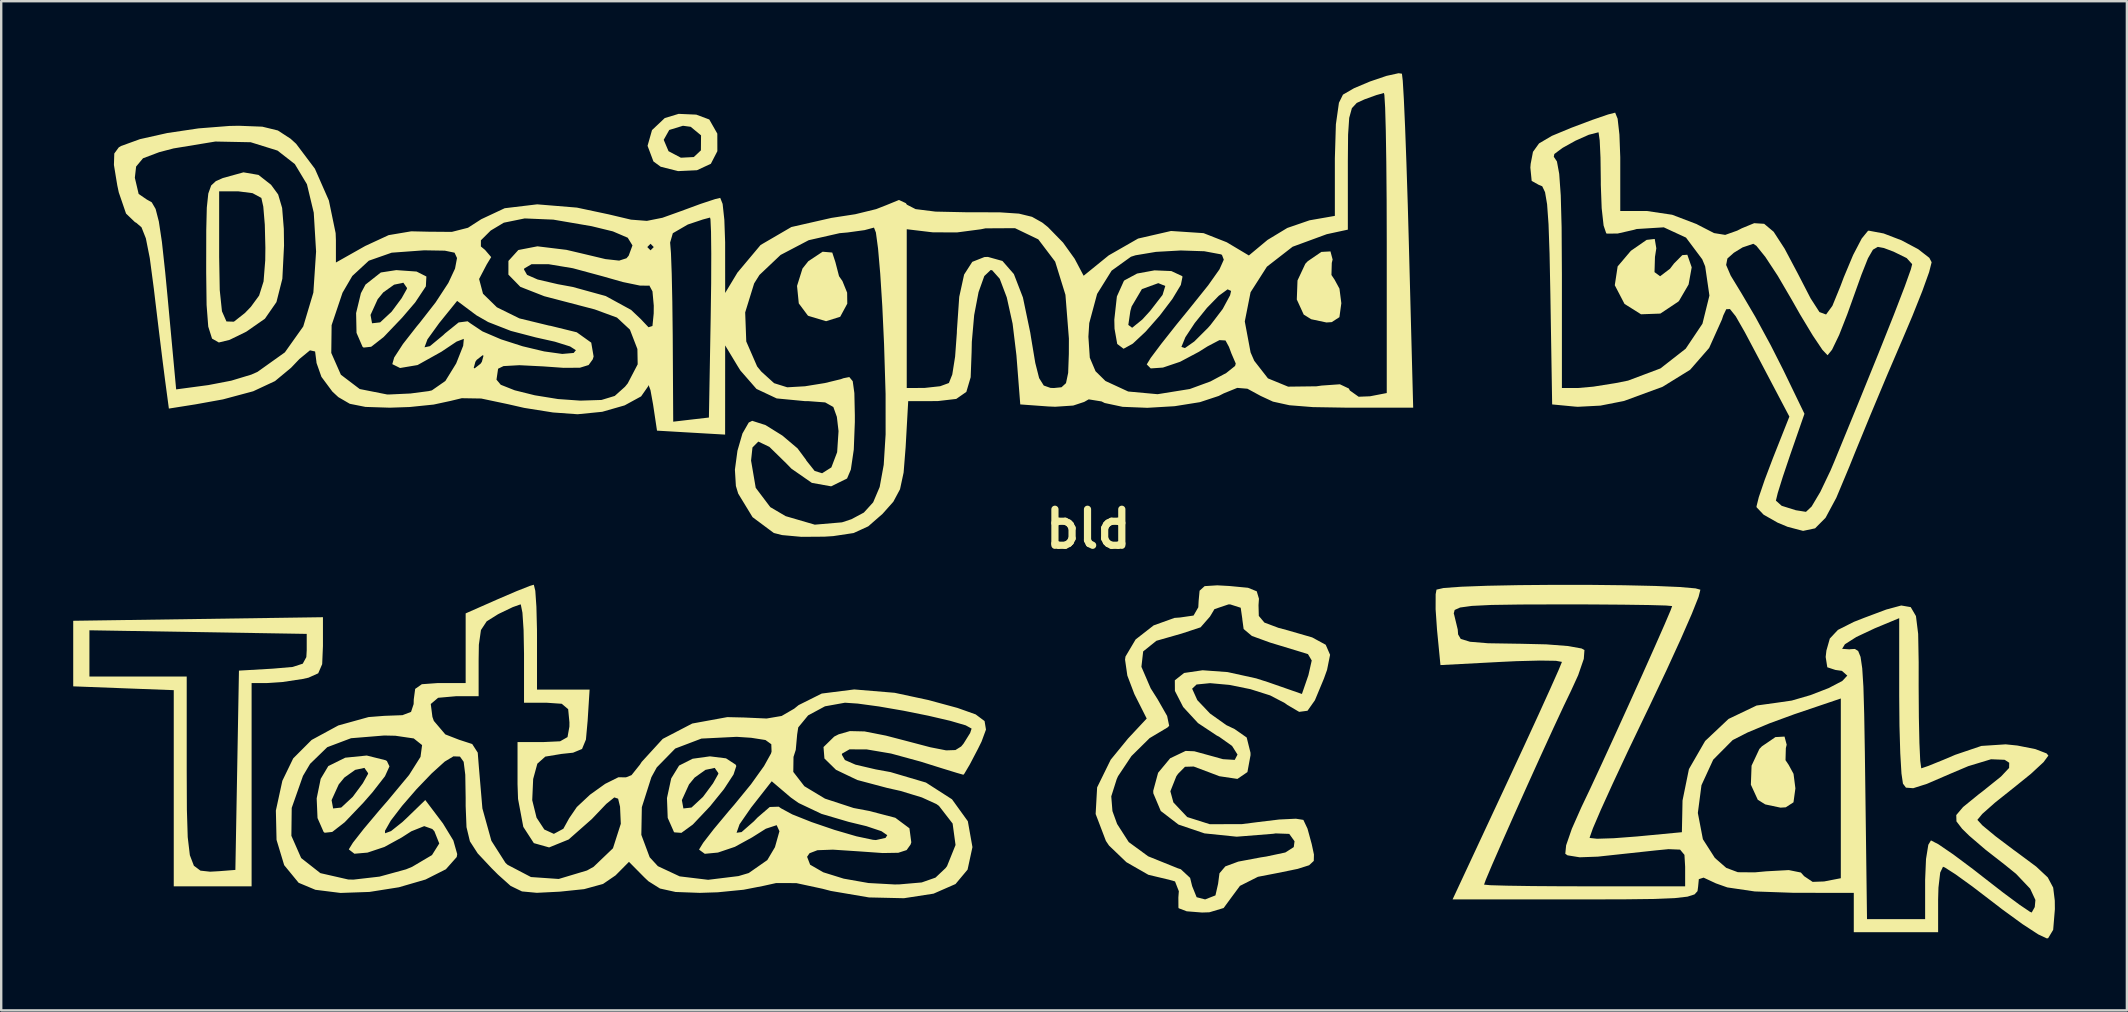
<source format=kicad_pcb>
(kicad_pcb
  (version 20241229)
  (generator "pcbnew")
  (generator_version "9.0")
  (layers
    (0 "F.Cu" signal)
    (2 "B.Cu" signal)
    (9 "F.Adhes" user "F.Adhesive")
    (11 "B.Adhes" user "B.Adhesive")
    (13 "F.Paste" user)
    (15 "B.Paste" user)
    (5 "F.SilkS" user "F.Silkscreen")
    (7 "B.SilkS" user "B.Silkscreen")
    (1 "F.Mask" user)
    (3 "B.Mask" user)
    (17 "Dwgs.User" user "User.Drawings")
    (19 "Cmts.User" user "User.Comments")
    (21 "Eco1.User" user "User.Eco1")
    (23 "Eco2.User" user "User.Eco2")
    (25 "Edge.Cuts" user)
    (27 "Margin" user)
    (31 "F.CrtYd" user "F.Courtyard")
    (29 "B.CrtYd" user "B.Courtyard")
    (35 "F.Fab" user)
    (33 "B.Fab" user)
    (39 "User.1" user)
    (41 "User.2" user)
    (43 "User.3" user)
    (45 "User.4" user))
  (footprint "bld"
    (layer "F.Cu")
    (at 42.288 18.986)
    (property "Reference" "bld" (at 0 0 0) (layer "F.SilkS") (effects (font (size 1.5 1.5) (thickness 0.3))))
    (attr board_only exclude_from_pos_files exclude_from_bom)
    (fp_poly (pts (xy -10.669 -11.516) (xy -10.538 -11.116) (xy -10.386 -10.53) (xy -10.245 -10.328) (xy -10.049 -9.845) (xy -10.043 -9.386) (xy -10.338 -8.84) (xy -10.926 -8.656) (xy -11.659 -8.876) (xy -11.687 -8.893) (xy -12.063 -9.397) (xy -12.136 -10.125) (xy -11.909 -10.849) (xy -11.665 -11.156) (xy -11.07 -11.55)) (stroke (width 0) (type solid)) (fill yes) (layer "F.SilkS"))
    (fp_poly (pts (xy 10.175 -11.225) (xy 10.14 -11.084) (xy 10.126 -10.58) (xy 10.257 -10.385) (xy 10.46 -10.011) (xy 10.538 -9.406) (xy 10.458 -8.824) (xy 10.137 -8.617) (xy 9.917 -8.603) (xy 9.282 -8.738) (xy 8.971 -8.931) (xy 8.683 -9.559) (xy 8.712 -10.352) (xy 9.038 -11.048) (xy 9.141 -11.156) (xy 9.706 -11.542) (xy 10.085 -11.563)) (stroke (width 0) (type solid)) (fill yes) (layer "F.SilkS"))
    (fp_poly (pts (xy 29.09 8.986) (xy 29.055 9.126) (xy 29.041 9.631) (xy 29.172 9.825) (xy 29.375 10.2) (xy 29.453 10.804) (xy 29.373 11.386) (xy 29.052 11.594) (xy 28.832 11.608) (xy 28.196 11.473) (xy 27.886 11.28) (xy 27.598 10.652) (xy 27.627 9.859) (xy 27.953 9.163) (xy 28.056 9.055) (xy 28.621 8.669) (xy 29 8.648)) (stroke (width 0) (type solid)) (fill yes) (layer "F.SilkS"))
    (fp_poly (pts (xy 23.659 -11.693) (xy 23.603 -11.334) (xy 23.584 -10.7) (xy 23.817 -10.528) (xy 24.231 -10.843) (xy 24.396 -11.06) (xy 24.742 -11.408) (xy 24.951 -11.424) (xy 25.133 -10.9) (xy 25.004 -10.186) (xy 24.608 -9.507) (xy 24.579 -9.474) (xy 23.826 -8.973) (xy 23.022 -8.944) (xy 22.334 -9.376) (xy 21.929 -10.154) (xy 22.048 -10.938) (xy 22.599 -11.588) (xy 23.255 -12.043) (xy 23.593 -12.082)) (stroke (width 0) (type solid)) (fill yes) (layer "F.SilkS"))
    (fp_poly (pts (xy -16.334 -17.261) (xy -15.798 -17.061) (xy -15.79 -17.055) (xy -15.457 -16.47) (xy -15.455 -15.738) (xy -15.726 -15.213) (xy -16.304 -14.945) (xy -17.09 -14.908) (xy -17.815 -15.09) (xy -18.118 -15.311) (xy -18.363 -15.962) (xy -18.292 -16.211) (xy -17.69 -16.211) (xy -17.489 -15.738) (xy -16.974 -15.466) (xy -16.436 -15.494) (xy -16.14 -15.773) (xy -16.135 -16.398) (xy -16.566 -16.754) (xy -16.888 -16.797) (xy -17.459 -16.622) (xy -17.69 -16.211) (xy -18.292 -16.211) (xy -18.177 -16.617) (xy -17.647 -17.117) (xy -17.068 -17.293)) (stroke (width 0) (type solid)) (fill yes) (layer "F.SilkS"))
    (fp_poly (pts (xy -27.984 -10.724) (xy -27.576 -10.517) (xy -27.598 -10.107) (xy -28.043 -9.437) (xy -28.587 -8.802) (xy -29.36 -7.993) (xy -29.876 -7.591) (xy -30.191 -7.557) (xy -30.237 -7.593) (xy -30.486 -8.169) (xy -30.502 -8.916) (xy -29.903 -8.916) (xy -29.84 -8.569) (xy -29.502 -8.607) (xy -29.024 -9.052) (xy -28.606 -9.615) (xy -28.39 -10) (xy -28.382 -10.037) (xy -28.535 -10.259) (xy -28.921 -10.177) (xy -29.372 -9.856) (xy -29.605 -9.571) (xy -29.903 -8.916) (xy -30.502 -8.916) (xy -30.504 -8.993) (xy -30.303 -9.824) (xy -30.113 -10.181) (xy -29.474 -10.685) (xy -28.83 -10.784)) (stroke (width 0) (type solid)) (fill yes) (layer "F.SilkS"))
    (fp_poly (pts (xy -29.279 9.632) (xy -29.222 9.665) (xy -29.114 9.889) (xy -29.301 10.3) (xy -29.824 10.971) (xy -30.208 11.409) (xy -30.981 12.218) (xy -31.498 12.62) (xy -31.812 12.654) (xy -31.858 12.618) (xy -32.111 12.042) (xy -32.143 11.295) (xy -31.525 11.295) (xy -31.461 11.642) (xy -31.124 11.604) (xy -30.645 11.159) (xy -30.227 10.596) (xy -30.011 10.211) (xy -30.003 10.174) (xy -30.157 9.952) (xy -30.542 10.034) (xy -30.993 10.355) (xy -31.227 10.64) (xy -31.525 11.295) (xy -32.143 11.295) (xy -32.146 11.222) (xy -31.979 10.408) (xy -31.661 9.875) (xy -30.955 9.527) (xy -30.06 9.437)) (stroke (width 0) (type solid)) (fill yes) (layer "F.SilkS"))
    (fp_poly (pts (xy -15.095 9.554) (xy -14.691 9.818) (xy -14.666 9.875) (xy -14.781 10.226) (xy -15.181 10.838) (xy -15.764 11.558) (xy -16.479 12.313) (xy -16.953 12.658) (xy -17.246 12.637) (xy -17.264 12.621) (xy -17.523 12.035) (xy -17.551 11.295) (xy -16.933 11.295) (xy -16.87 11.642) (xy -16.532 11.604) (xy -16.053 11.159) (xy -15.636 10.596) (xy -15.42 10.211) (xy -15.412 10.174) (xy -15.565 9.952) (xy -15.951 10.034) (xy -16.401 10.355) (xy -16.635 10.64) (xy -16.933 11.295) (xy -17.551 11.295) (xy -17.554 11.209) (xy -17.377 10.39) (xy -17.049 9.855) (xy -16.486 9.571) (xy -15.764 9.471)) (stroke (width 0) (type solid)) (fill yes) (layer "F.SilkS"))
    (fp_poly (pts (xy 3.457 -10.744) (xy 3.902 -10.537) (xy 3.922 -10.509) (xy 3.852 -10.167) (xy 3.5 -9.583) (xy 2.976 -8.892) (xy 2.39 -8.226) (xy 1.852 -7.722) (xy 1.472 -7.511) (xy 1.461 -7.511) (xy 1.202 -7.708) (xy 1.09 -8.344) (xy 1.086 -8.5) (xy 1.664 -8.5) (xy 1.824 -8.382) (xy 2.246 -8.725) (xy 2.571 -9.081) (xy 3.091 -9.752) (xy 3.204 -10.123) (xy 2.922 -10.238) (xy 2.905 -10.238) (xy 2.23 -9.993) (xy 1.803 -9.27) (xy 1.749 -9.078) (xy 1.664 -8.5) (xy 1.086 -8.5) (xy 1.081 -8.72) (xy 1.188 -9.686) (xy 1.477 -10.329) (xy 1.505 -10.359) (xy 2.03 -10.641) (xy 2.757 -10.774)) (stroke (width 0) (type solid)) (fill yes) (layer "F.SilkS"))
    (fp_poly (pts (xy -34.571 -14.75) (xy -34.047 -14.339) (xy -33.751 -13.935) (xy -33.585 -13.373) (xy -33.515 -12.503) (xy -33.506 -11.805) (xy -33.576 -10.425) (xy -33.822 -9.452) (xy -34.302 -8.76) (xy -35.071 -8.224) (xy -35.131 -8.192) (xy -35.776 -7.878) (xy -36.222 -7.769) (xy -36.505 -7.931) (xy -36.663 -8.43) (xy -36.732 -9.33) (xy -36.749 -10.697) (xy -36.749 -11.068) (xy -36.748 -11.334) (xy -36.209 -11.334) (xy -36.184 -9.951) (xy -36.092 -9.069) (xy -35.905 -8.645) (xy -35.595 -8.635) (xy -35.136 -8.997) (xy -34.888 -9.254) (xy -34.544 -9.724) (xy -34.359 -10.311) (xy -34.289 -11.191) (xy -34.283 -11.71) (xy -34.307 -12.676) (xy -34.37 -13.43) (xy -34.451 -13.791) (xy -34.817 -13.989) (xy -35.414 -14.066) (xy -36.209 -14.066) (xy -36.209 -11.334) (xy -36.748 -11.334) (xy -36.746 -12.452) (xy -36.723 -13.388) (xy -36.661 -13.974) (xy -36.541 -14.31) (xy -36.344 -14.492) (xy -36.056 -14.619) (xy -35.196 -14.857)) (stroke (width 0) (type solid)) (fill yes) (layer "F.SilkS"))
    (fp_poly (pts (xy -31.885 4.876) (xy -31.917 5.631) (xy -32.082 6.012) (xy -32.487 6.194) (xy -32.73 6.248) (xy -33.557 6.373) (xy -34.216 6.418) (xy -34.857 6.418) (xy -34.857 10.652) (xy -34.857 14.885) (xy -36.479 14.885) (xy -38.1 14.885) (xy -38.1 10.8) (xy -38.1 6.714) (xy -40.194 6.635) (xy -42.288 6.555) (xy -42.288 5.189) (xy -42.288 5.183) (xy -41.613 5.183) (xy -41.613 6.145) (xy -39.586 6.145) (xy -37.56 6.145) (xy -37.56 10.083) (xy -37.553 11.694) (xy -37.518 12.838) (xy -37.429 13.59) (xy -37.261 14.029) (xy -36.988 14.232) (xy -36.586 14.276) (xy -36.209 14.255) (xy -35.533 14.202) (xy -35.458 10.051) (xy -35.384 5.9) (xy -33.972 5.818) (xy -33.147 5.747) (xy -32.726 5.611) (xy -32.577 5.337) (xy -32.561 5.053) (xy -32.561 4.37) (xy -37.087 4.295) (xy -41.613 4.22) (xy -41.613 5.183) (xy -42.288 5.183) (xy -42.288 3.824) (xy -37.087 3.749) (xy -31.885 3.675)) (stroke (width 0) (type solid)) (fill yes) (layer "F.SilkS"))
    (fp_poly (pts (xy 5.877 2.375) (xy 6.649 2.449) (xy 7.014 2.596) (xy 7.106 2.905) (xy 7.088 3.175) (xy 7.1 3.621) (xy 7.334 3.899) (xy 7.918 4.118) (xy 8.3 4.22) (xy 9.323 4.516) (xy 9.887 4.823) (xy 10.069 5.241) (xy 9.943 5.869) (xy 9.811 6.237) (xy 9.438 7.133) (xy 9.129 7.572) (xy 8.781 7.618) (xy 8.293 7.332) (xy 8.182 7.251) (xy 7.571 6.932) (xy 6.75 6.672) (xy 5.867 6.494) (xy 5.07 6.422) (xy 4.507 6.478) (xy 4.323 6.653) (xy 4.538 7.129) (xy 5.069 7.688) (xy 5.75 8.172) (xy 6.091 8.334) (xy 6.595 8.686) (xy 6.754 9.322) (xy 6.755 9.424) (xy 6.626 10.126) (xy 6.209 10.411) (xy 5.458 10.299) (xy 5.035 10.138) (xy 4.388 9.895) (xy 4.025 9.906) (xy 3.739 10.196) (xy 3.665 10.3) (xy 3.416 10.926) (xy 3.542 11.39) (xy 4.118 12) (xy 5.057 12.298) (xy 6.399 12.294) (xy 7.026 12.214) (xy 7.948 12.102) (xy 8.645 12.069) (xy 8.956 12.118) (xy 9.129 12.484) (xy 9.305 13.129) (xy 9.31 13.153) (xy 9.397 13.561) (xy 9.39 13.827) (xy 9.195 14.008) (xy 8.719 14.159) (xy 7.87 14.333) (xy 7.063 14.489) (xy 6.315 14.866) (xy 5.988 15.308) (xy 5.635 15.789) (xy 5.042 15.967) (xy 4.735 15.977) (xy 4.097 15.926) (xy 3.764 15.799) (xy 3.752 15.773) (xy 3.749 15.347) (xy 3.769 15.09) (xy 3.61 14.682) (xy 3.368 14.612) (xy 2.5 14.405) (xy 1.585 13.881) (xy 0.861 13.188) (xy 0.731 12.995) (xy 0.303 11.873) (xy 0.344 11.138) (xy 0.954 11.138) (xy 1.003 11.751) (xy 1.197 12.288) (xy 1.682 13.043) (xy 2.491 13.635) (xy 3.729 14.135) (xy 3.851 14.174) (xy 4.239 14.534) (xy 4.323 14.876) (xy 4.51 15.339) (xy 4.864 15.431) (xy 5.294 15.263) (xy 5.404 14.778) (xy 5.461 14.343) (xy 5.704 14.056) (xy 6.244 13.856) (xy 7.192 13.678) (xy 7.41 13.645) (xy 8.204 13.476) (xy 8.556 13.251) (xy 8.588 13.008) (xy 8.368 12.701) (xy 7.803 12.681) (xy 7.696 12.697) (xy 6.178 12.818) (xy 4.836 12.68) (xy 3.754 12.313) (xy 3.016 11.747) (xy 2.706 11.012) (xy 2.702 10.906) (xy 2.905 10.156) (xy 3.407 9.552) (xy 4.051 9.245) (xy 4.414 9.26) (xy 5.18 9.47) (xy 5.607 9.589) (xy 6.097 9.619) (xy 6.213 9.397) (xy 5.986 9.037) (xy 5.444 8.652) (xy 5.347 8.603) (xy 4.567 8.085) (xy 3.949 7.416) (xy 3.605 6.745) (xy 3.602 6.303) (xy 3.988 5.998) (xy 4.76 5.885) (xy 5.8 5.961) (xy 6.991 6.223) (xy 7.488 6.382) (xy 8.896 6.873) (xy 9.167 6.087) (xy 9.305 5.478) (xy 9.148 5.213) (xy 9.11 5.2) (xy 8.666 5.064) (xy 7.928 4.84) (xy 7.566 4.73) (xy 6.811 4.455) (xy 6.468 4.167) (xy 6.413 3.763) (xy 6.414 3.751) (xy 6.346 3.281) (xy 5.911 3.142) (xy 5.838 3.141) (xy 5.252 3.339) (xy 5.065 3.65) (xy 4.674 4.097) (xy 3.885 4.357) (xy 2.835 4.657) (xy 2.283 5.1) (xy 2.21 5.742) (xy 2.595 6.636) (xy 2.883 7.091) (xy 3.281 7.788) (xy 3.366 8.199) (xy 3.301 8.265) (xy 2.551 8.712) (xy 1.795 9.459) (xy 1.235 10.3) (xy 1.18 10.424) (xy 0.954 11.138) (xy 0.344 11.138) (xy 0.365 10.764) (xy 0.93 9.612) (xy 1.653 8.728) (xy 2.43 7.896) (xy 1.917 6.879) (xy 1.623 6.105) (xy 1.528 5.442) (xy 1.546 5.314) (xy 1.968 4.602) (xy 2.719 4.016) (xy 3.588 3.704) (xy 3.819 3.687) (xy 4.381 3.606) (xy 4.579 3.263) (xy 4.594 2.989) (xy 4.633 2.571) (xy 4.844 2.38) (xy 5.369 2.347)) (stroke (width 0) (type solid)) (fill yes) (layer "F.SilkS"))
    (fp_poly (pts (xy 22.047 -17.092) (xy 22.122 -16.429) (xy 22.157 -15.486) (xy 22.157 -15.295) (xy 22.157 -13.246) (xy 23.269 -13.246) (xy 24.318 -13.09) (xy 25.339 -12.701) (xy 25.391 -12.672) (xy 26.065 -12.326) (xy 26.529 -12.251) (xy 27.03 -12.429) (xy 27.219 -12.526) (xy 27.736 -12.739) (xy 28.151 -12.713) (xy 28.546 -12.382) (xy 29.003 -11.678) (xy 29.547 -10.652) (xy 30.087 -9.607) (xy 30.455 -9.036) (xy 30.73 -8.935) (xy 30.993 -9.294) (xy 31.326 -10.107) (xy 31.469 -10.487) (xy 31.857 -11.413) (xy 32.215 -12.099) (xy 32.475 -12.418) (xy 32.508 -12.427) (xy 33.128 -12.311) (xy 33.874 -12.025) (xy 34.568 -11.656) (xy 35.033 -11.294) (xy 35.128 -11.111) (xy 35.023 -10.699) (xy 34.74 -9.912) (xy 34.325 -8.871) (xy 33.93 -7.939) (xy 33.285 -6.436) (xy 32.581 -4.756) (xy 31.933 -3.177) (xy 31.699 -2.595) (xy 31.158 -1.302) (xy 30.709 -0.467) (xy 30.273 -0.027) (xy 29.773 0.079) (xy 29.129 -0.09) (xy 28.71 -0.265) (xy 28.127 -0.597) (xy 27.838 -0.902) (xy 27.832 -0.94) (xy 27.927 -1.322) (xy 28.175 -2.05) (xy 28.517 -2.953) (xy 29.202 -4.682) (xy 27.926 -7.105) (xy 27.347 -8.196) (xy 26.966 -8.862) (xy 26.726 -9.162) (xy 26.572 -9.154) (xy 26.449 -8.897) (xy 26.392 -8.725) (xy 25.859 -7.54) (xy 25.067 -6.632) (xy 23.922 -5.924) (xy 22.333 -5.34) (xy 22.29 -5.328) (xy 21.33 -5.139) (xy 20.387 -5.09) (xy 20.263 -5.099) (xy 19.32 -5.189) (xy 19.246 -9.764) (xy 19.212 -11.468) (xy 19.169 -12.699) (xy 19.109 -13.529) (xy 19.024 -14.03) (xy 18.907 -14.276) (xy 18.756 -14.339) (xy 18.467 -14.501) (xy 18.412 -15.055) (xy 18.425 -15.212) (xy 18.482 -15.506) (xy 19.388 -15.506) (xy 19.519 -15.31) (xy 19.614 -14.793) (xy 19.678 -13.899) (xy 19.714 -12.572) (xy 19.725 -10.759) (xy 19.726 -10.629) (xy 19.726 -5.872) (xy 20.388 -5.872) (xy 21.033 -5.929) (xy 21.944 -6.074) (xy 22.482 -6.181) (xy 23.83 -6.688) (xy 24.882 -7.509) (xy 25.581 -8.551) (xy 25.871 -9.724) (xy 25.695 -10.936) (xy 25.67 -10.998) (xy 26.568 -10.998) (xy 26.758 -10.555) (xy 27.218 -9.799) (xy 27.784 -8.837) (xy 28.426 -7.653) (xy 28.943 -6.633) (xy 29.83 -4.799) (xy 29.234 -3.082) (xy 28.931 -2.183) (xy 28.717 -1.497) (xy 28.64 -1.181) (xy 28.881 -0.966) (xy 29.471 -0.781) (xy 29.893 -0.714) (xy 30.128 -0.935) (xy 30.492 -1.548) (xy 30.918 -2.44) (xy 31.07 -2.799) (xy 32.076 -5.25) (xy 32.907 -7.298) (xy 33.554 -8.922) (xy 34.008 -10.102) (xy 34.263 -10.817) (xy 34.317 -11.031) (xy 34.09 -11.284) (xy 33.538 -11.555) (xy 33.496 -11.57) (xy 33.137 -11.705) (xy 32.885 -11.752) (xy 32.683 -11.635) (xy 32.475 -11.275) (xy 32.205 -10.594) (xy 31.818 -9.514) (xy 31.614 -8.945) (xy 31.275 -8.081) (xy 30.979 -7.467) (xy 30.793 -7.238) (xy 30.58 -7.461) (xy 30.177 -8.061) (xy 29.65 -8.934) (xy 29.295 -9.559) (xy 28.715 -10.551) (xy 28.202 -11.331) (xy 27.828 -11.796) (xy 27.7 -11.881) (xy 27.255 -11.731) (xy 26.888 -11.506) (xy 26.62 -11.267) (xy 26.568 -10.998) (xy 25.67 -10.998) (xy 25.572 -11.234) (xy 24.896 -12.138) (xy 23.97 -12.566) (xy 22.842 -12.496) (xy 22.721 -12.461) (xy 22.048 -12.308) (xy 21.604 -12.304) (xy 21.572 -12.318) (xy 21.463 -12.641) (xy 21.383 -13.363) (xy 21.347 -14.337) (xy 21.347 -14.491) (xy 21.334 -15.466) (xy 21.301 -16.186) (xy 21.254 -16.516) (xy 21.245 -16.524) (xy 20.844 -16.421) (xy 20.292 -16.175) (xy 19.758 -15.878) (xy 19.411 -15.622) (xy 19.388 -15.506) (xy 18.482 -15.506) (xy 18.521 -15.711) (xy 18.774 -16.062) (xy 19.307 -16.376) (xy 20.121 -16.714) (xy 20.988 -17.04) (xy 21.652 -17.268) (xy 21.945 -17.343)) (stroke (width 0) (type solid)) (fill yes) (layer "F.SilkS"))
    (fp_poly (pts (xy 20.893 2.328) (xy 22.332 2.344) (xy 23.612 2.373) (xy 24.632 2.417) (xy 25.293 2.474) (xy 25.495 2.529) (xy 25.42 2.826) (xy 25.137 3.536) (xy 24.68 4.581) (xy 24.082 5.887) (xy 23.377 7.376) (xy 23.198 7.747) (xy 22.472 9.262) (xy 21.845 10.604) (xy 21.348 11.698) (xy 21.017 12.471) (xy 20.884 12.847) (xy 20.885 12.871) (xy 21.19 12.904) (xy 21.885 12.882) (xy 22.821 12.811) (xy 22.861 12.808) (xy 24.724 12.631) (xy 24.741 11.83) (xy 25.389 11.83) (xy 25.599 12.923) (xy 26.099 13.704) (xy 26.573 14.117) (xy 27.057 14.298) (xy 27.761 14.304) (xy 28.24 14.26) (xy 29.178 14.209) (xy 29.682 14.311) (xy 29.817 14.463) (xy 30.17 14.7) (xy 30.648 14.683) (xy 31.345 14.548) (xy 31.345 10.804) (xy 31.345 7.061) (xy 29.413 7.715) (xy 28.371 8.097) (xy 27.454 8.48) (xy 26.853 8.787) (xy 26.833 8.8) (xy 26.029 9.61) (xy 25.54 10.673) (xy 25.389 11.83) (xy 24.741 11.83) (xy 24.751 11.311) (xy 25.018 10.002) (xy 25.692 8.832) (xy 26.667 7.913) (xy 27.836 7.354) (xy 28.674 7.238) (xy 29.298 7.148) (xy 30.077 6.922) (xy 30.837 6.628) (xy 31.407 6.33) (xy 31.615 6.108) (xy 31.39 5.91) (xy 31.121 5.872) (xy 30.782 5.761) (xy 30.714 5.331) (xy 30.745 5.061) (xy 30.765 4.992) (xy 31.399 4.992) (xy 31.707 5.014) (xy 31.75 5.007) (xy 31.931 4.997) (xy 32.067 5.081) (xy 32.167 5.328) (xy 32.237 5.805) (xy 32.286 6.58) (xy 32.319 7.721) (xy 32.346 9.296) (xy 32.363 10.583) (xy 32.436 16.251) (xy 33.647 16.251) (xy 34.857 16.251) (xy 34.857 14.612) (xy 34.894 13.748) (xy 34.99 13.154) (xy 35.1 12.973) (xy 35.408 13.132) (xy 36.027 13.555) (xy 36.846 14.166) (xy 37.242 14.475) (xy 38.102 15.143) (xy 38.797 15.658) (xy 39.221 15.944) (xy 39.296 15.977) (xy 39.424 15.749) (xy 39.451 15.454) (xy 39.232 14.984) (xy 38.644 14.365) (xy 38.163 13.976) (xy 37.367 13.355) (xy 36.692 12.776) (xy 36.397 12.487) (xy 36.162 12.181) (xy 36.154 11.917) (xy 36.437 11.583) (xy 37.074 11.064) (xy 37.292 10.896) (xy 38.018 10.312) (xy 38.355 9.954) (xy 38.36 9.738) (xy 38.171 9.615) (xy 37.603 9.592) (xy 36.653 9.88) (xy 35.883 10.206) (xy 34.934 10.616) (xy 34.361 10.798) (xy 34.058 10.775) (xy 33.933 10.608) (xy 33.871 10.184) (xy 33.821 9.339) (xy 33.788 8.197) (xy 33.777 6.956) (xy 33.777 3.715) (xy 32.763 4.136) (xy 31.991 4.499) (xy 31.515 4.802) (xy 31.399 4.992) (xy 30.765 4.992) (xy 30.887 4.563) (xy 31.224 4.204) (xy 31.891 3.868) (xy 32.33 3.696) (xy 33.237 3.356) (xy 33.862 3.187) (xy 34.257 3.255) (xy 34.475 3.628) (xy 34.567 4.371) (xy 34.588 5.552) (xy 34.587 6.555) (xy 34.596 7.848) (xy 34.619 8.917) (xy 34.653 9.657) (xy 34.695 9.966) (xy 34.7 9.969) (xy 34.991 9.87) (xy 35.616 9.617) (xy 36.113 9.406) (xy 37.201 9.037) (xy 38.213 8.971) (xy 38.702 9.021) (xy 39.451 9.17) (xy 39.916 9.349) (xy 39.991 9.439) (xy 39.791 9.712) (xy 39.265 10.199) (xy 38.525 10.797) (xy 38.505 10.812) (xy 37.766 11.401) (xy 37.239 11.868) (xy 37.034 12.115) (xy 37.034 12.118) (xy 37.245 12.349) (xy 37.789 12.799) (xy 38.553 13.375) (xy 38.655 13.448) (xy 39.485 14.065) (xy 39.965 14.514) (xy 40.191 14.938) (xy 40.258 15.479) (xy 40.262 15.838) (xy 40.191 16.698) (xy 39.981 17.047) (xy 39.924 17.054) (xy 39.57 16.888) (xy 38.912 16.459) (xy 38.069 15.845) (xy 37.695 15.557) (xy 36.828 14.894) (xy 36.121 14.384) (xy 35.681 14.102) (xy 35.601 14.07) (xy 35.485 14.313) (xy 35.412 14.939) (xy 35.398 15.431) (xy 35.398 16.797) (xy 33.641 16.797) (xy 31.885 16.797) (xy 31.885 15.977) (xy 31.885 15.158) (xy 29.386 15.156) (xy 27.76 15.099) (xy 26.617 14.931) (xy 26.143 14.763) (xy 25.628 14.523) (xy 25.43 14.587) (xy 25.4 14.901) (xy 25.375 15.086) (xy 25.251 15.222) (xy 24.957 15.316) (xy 24.422 15.377) (xy 23.574 15.412) (xy 22.342 15.427) (xy 20.654 15.431) (xy 20.286 15.431) (xy 15.172 15.431) (xy 17.449 10.551) (xy 18.147 9.049) (xy 18.758 7.721) (xy 19.247 6.643) (xy 19.581 5.893) (xy 19.723 5.548) (xy 19.726 5.536) (xy 19.476 5.491) (xy 18.804 5.481) (xy 17.829 5.506) (xy 17.196 5.536) (xy 14.667 5.669) (xy 14.524 4.2) (xy 14.477 3.516) (xy 15.221 3.516) (xy 15.238 3.573) (xy 15.387 4.188) (xy 15.402 4.392) (xy 15.512 4.579) (xy 15.899 4.698) (xy 16.647 4.76) (xy 17.844 4.779) (xy 17.953 4.78) (xy 19.076 4.806) (xy 19.983 4.876) (xy 20.547 4.978) (xy 20.665 5.042) (xy 20.638 5.41) (xy 20.404 6.09) (xy 20.11 6.733) (xy 19.803 7.371) (xy 19.365 8.311) (xy 18.842 9.453) (xy 18.28 10.694) (xy 17.725 11.932) (xy 17.223 13.065) (xy 16.818 13.991) (xy 16.557 14.609) (xy 16.483 14.815) (xy 16.738 14.839) (xy 17.441 14.859) (xy 18.501 14.875) (xy 19.826 14.884) (xy 20.671 14.885) (xy 24.86 14.885) (xy 24.86 14.071) (xy 24.831 13.575) (xy 24.649 13.357) (xy 24.168 13.337) (xy 23.644 13.388) (xy 22.541 13.507) (xy 21.398 13.63) (xy 21.223 13.649) (xy 20.466 13.676) (xy 19.959 13.594) (xy 19.867 13.529) (xy 19.902 13.177) (xy 20.14 12.488) (xy 20.53 11.607) (xy 20.554 11.556) (xy 20.911 10.806) (xy 21.387 9.781) (xy 21.938 8.58) (xy 22.519 7.302) (xy 23.086 6.045) (xy 23.593 4.909) (xy 23.997 3.992) (xy 24.252 3.394) (xy 24.319 3.211) (xy 24.064 3.188) (xy 23.355 3.168) (xy 22.281 3.153) (xy 20.929 3.143) (xy 19.697 3.141) (xy 18.009 3.146) (xy 16.791 3.164) (xy 15.974 3.204) (xy 15.486 3.271) (xy 15.259 3.373) (xy 15.221 3.516) (xy 14.477 3.516) (xy 14.465 3.344) (xy 14.467 2.72) (xy 14.502 2.526) (xy 14.8 2.458) (xy 15.538 2.405) (xy 16.616 2.365) (xy 17.935 2.339) (xy 19.394 2.327)) (stroke (width 0) (type solid)) (fill yes) (layer "F.SilkS"))
    (fp_poly (pts (xy -23.039 2.573) (xy -22.993 3.242) (xy -22.969 4.198) (xy -22.968 4.506) (xy -22.968 6.691) (xy -21.872 6.691) (xy -20.777 6.691) (xy -20.859 7.989) (xy -20.93 8.772) (xy -21.092 9.164) (xy -21.466 9.319) (xy -21.945 9.37) (xy -22.623 9.482) (xy -22.954 9.777) (xy -23.128 10.415) (xy -23.167 11.297) (xy -22.987 12.025) (xy -22.663 12.519) (xy -22.266 12.7) (xy -21.87 12.487) (xy -21.63 12.052) (xy -21.309 11.582) (xy -20.758 11.067) (xy -20.129 10.617) (xy -19.577 10.342) (xy -19.262 10.346) (xy -19.031 10.254) (xy -18.677 9.811) (xy -18.611 9.706) (xy -17.731 8.744) (xy -16.501 8.104) (xy -15.041 7.837) (xy -14.342 7.853) (xy -13.402 7.895) (xy -12.778 7.789) (xy -12.255 7.486) (xy -12.071 7.337) (xy -11.106 6.855) (xy -9.752 6.684) (xy -8.068 6.824) (xy -6.666 7.125) (xy -5.454 7.454) (xy -4.696 7.723) (xy -4.324 8.001) (xy -4.265 8.356) (xy -4.45 8.858) (xy -4.599 9.159) (xy -4.939 9.809) (xy -5.166 10.193) (xy -5.207 10.238) (xy -5.476 10.161) (xy -6.119 9.963) (xy -6.982 9.692) (xy -8.22 9.354) (xy -9.241 9.181) (xy -9.952 9.18) (xy -10.262 9.359) (xy -10.268 9.404) (xy -10.141 9.625) (xy -9.702 9.817) (xy -8.86 10.014) (xy -8.241 10.127) (xy -6.766 10.563) (xy -5.68 11.261) (xy -5.021 12.174) (xy -4.829 13.252) (xy -5.032 14.19) (xy -5.534 14.79) (xy -6.449 15.191) (xy -7.683 15.381) (xy -9.14 15.348) (xy -10.725 15.078) (xy -11.079 14.986) (xy -12.165 14.752) (xy -13.006 14.749) (xy -13.542 14.868) (xy -14.363 15.028) (xy -15.44 15.134) (xy -16.189 15.158) (xy -17.194 15.121) (xy -17.845 14.977) (xy -18.327 14.674) (xy -18.498 14.512) (xy -19.137 13.866) (xy -19.696 14.43) (xy -20.218 14.787) (xy -21.005 15.003) (xy -22.017 15.108) (xy -22.976 15.156) (xy -23.594 15.098) (xy -24.067 14.868) (xy -24.593 14.397) (xy -24.86 14.13) (xy -25.439 13.513) (xy -25.763 13.011) (xy -25.905 12.42) (xy -25.94 11.542) (xy -25.94 11.211) (xy -25.956 10.238) (xy -26.023 9.699) (xy -26.177 9.481) (xy -26.448 9.471) (xy -26.451 9.472) (xy -26.812 9.689) (xy -27.358 10.184) (xy -27.985 10.837) (xy -28.587 11.532) (xy -29.06 12.149) (xy -29.3 12.572) (xy -29.297 12.676) (xy -29.048 12.584) (xy -28.574 12.207) (xy -28.4 12.044) (xy -27.622 11.291) (xy -26.886 12.266) (xy -26.453 12.976) (xy -26.292 13.543) (xy -26.312 13.665) (xy -26.764 14.175) (xy -27.613 14.603) (xy -28.721 14.925) (xy -29.948 15.119) (xy -31.154 15.161) (xy -32.2 15.03) (xy -32.898 14.738) (xy -33.5 14.004) (xy -33.818 12.951) (xy -33.822 12.781) (xy -33.2 12.781) (xy -32.792 13.708) (xy -31.992 14.336) (xy -30.832 14.601) (xy -30.614 14.606) (xy -29.528 14.481) (xy -28.427 14.179) (xy -28.17 14.073) (xy -27.343 13.584) (xy -27.04 13.101) (xy -27.243 12.592) (xy -27.329 12.498) (xy -27.666 12.378) (xy -28.205 12.594) (xy -28.608 12.853) (xy -29.323 13.245) (xy -30.029 13.481) (xy -30.574 13.528) (xy -30.804 13.351) (xy -30.804 13.338) (xy -30.636 13.067) (xy -30.186 12.493) (xy -29.535 11.718) (xy -29.183 11.313) (xy -28.297 10.247) (xy -27.821 9.493) (xy -27.755 9.002) (xy -28.103 8.725) (xy -28.868 8.613) (xy -29.334 8.603) (xy -30.715 8.716) (xy -31.706 9.09) (xy -32.419 9.782) (xy -32.717 10.285) (xy -33.186 11.618) (xy -33.2 12.781) (xy -33.822 12.781) (xy -33.846 11.729) (xy -33.576 10.489) (xy -33.124 9.556) (xy -32.357 8.788) (xy -31.246 8.185) (xy -29.985 7.835) (xy -29.329 7.784) (xy -28.574 7.756) (xy -28.215 7.619) (xy -28.107 7.293) (xy -28.107 7.291) (xy -27.394 7.291) (xy -27.325 7.827) (xy -27.266 7.994) (xy -26.787 8.557) (xy -26.217 8.779) (xy -25.667 8.958) (xy -25.437 9.316) (xy -25.388 9.935) (xy -25.243 11.64) (xy -24.868 12.989) (xy -24.282 13.907) (xy -24.194 13.989) (xy -23.22 14.499) (xy -22.064 14.579) (xy -20.886 14.226) (xy -20.611 14.073) (xy -19.804 13.301) (xy -19.625 12.742) (xy -18.622 12.742) (xy -18.274 13.675) (xy -17.933 14.046) (xy -17.024 14.471) (xy -15.839 14.614) (xy -14.575 14.459) (xy -14.148 14.332) (xy -13.374 13.792) (xy -13.056 13.255) (xy -12.869 12.59) (xy -12.985 12.338) (xy -13.435 12.486) (xy -14.011 12.849) (xy -14.724 13.24) (xy -15.431 13.479) (xy -15.978 13.531) (xy -16.212 13.361) (xy -16.213 13.345) (xy -16.046 13.073) (xy -15.722 12.654) (xy -14.655 12.654) (xy -14.447 12.626) (xy -13.933 12.177) (xy -13.784 12.021) (xy -13.273 11.581) (xy -12.9 11.568) (xy -12.799 11.638) (xy -12.332 11.89) (xy -11.528 12.21) (xy -10.575 12.535) (xy -9.661 12.802) (xy -8.973 12.948) (xy -8.849 12.958) (xy -8.449 12.868) (xy -8.377 12.755) (xy -8.619 12.589) (xy -9.248 12.379) (xy -9.987 12.2) (xy -11.114 11.868) (xy -12.07 11.415) (xy -12.394 11.186) (xy -13.19 10.509) (xy -14.049 11.605) (xy -14.53 12.3) (xy -14.655 12.654) (xy -15.722 12.654) (xy -15.604 12.502) (xy -14.97 11.741) (xy -14.751 11.487) (xy -14.054 10.635) (xy -13.685 10.119) (xy -12.292 10.119) (xy -11.831 10.715) (xy -10.971 11.233) (xy -9.78 11.623) (xy -9.125 11.747) (xy -8.042 12.03) (xy -7.454 12.468) (xy -7.376 13.052) (xy -7.407 13.146) (xy -7.571 13.376) (xy -7.917 13.488) (xy -8.567 13.499) (xy -9.572 13.428) (xy -10.641 13.358) (xy -11.286 13.381) (xy -11.617 13.508) (xy -11.717 13.656) (xy -11.59 13.985) (xy -11.042 14.301) (xy -10.192 14.566) (xy -9.161 14.748) (xy -8.066 14.808) (xy -7.864 14.804) (xy -6.942 14.724) (xy -6.368 14.523) (xy -5.95 14.128) (xy -5.888 14.046) (xy -5.533 13.164) (xy -5.655 12.27) (xy -6.224 11.535) (xy -6.331 11.458) (xy -6.935 11.183) (xy -7.824 10.912) (xy -8.377 10.788) (xy -9.627 10.456) (xy -10.513 10.032) (xy -10.995 9.56) (xy -11.033 9.084) (xy -10.587 8.648) (xy -10.404 8.554) (xy -9.934 8.419) (xy -9.323 8.433) (xy -8.432 8.608) (xy -7.634 8.816) (xy -6.582 9.093) (xy -5.924 9.222) (xy -5.538 9.209) (xy -5.299 9.06) (xy -5.202 8.944) (xy -4.924 8.498) (xy -4.864 8.315) (xy -5.109 8.18) (xy -5.752 7.992) (xy -6.66 7.78) (xy -7.695 7.571) (xy -8.724 7.393) (xy -9.609 7.273) (xy -10.14 7.237) (xy -10.972 7.387) (xy -11.674 7.765) (xy -12.086 8.266) (xy -12.131 8.56) (xy -12.189 9.201) (xy -12.283 9.494) (xy -12.292 10.119) (xy -13.685 10.119) (xy -13.512 9.878) (xy -13.22 9.352) (xy -13.197 9.272) (xy -13.208 8.966) (xy -13.451 8.791) (xy -14.044 8.698) (xy -14.647 8.658) (xy -16.119 8.731) (xy -17.21 9.146) (xy -17.979 9.932) (xy -18.203 10.339) (xy -18.601 11.589) (xy -18.622 12.742) (xy -19.625 12.742) (xy -19.477 12.28) (xy -19.509 11.567) (xy -19.589 11.235) (xy -19.748 11.182) (xy -20.081 11.451) (xy -20.684 12.083) (xy -20.686 12.085) (xy -21.651 12.935) (xy -22.463 13.265) (xy -23.1 13.086) (xy -23.539 12.409) (xy -23.758 11.244) (xy -23.779 10.632) (xy -23.779 8.876) (xy -22.698 8.876) (xy -22.005 8.844) (xy -21.697 8.669) (xy -21.619 8.233) (xy -21.617 8.057) (xy -21.67 7.506) (xy -21.937 7.281) (xy -22.563 7.238) (xy -23.509 7.238) (xy -23.509 5.189) (xy -23.527 4.21) (xy -23.575 3.486) (xy -23.643 3.15) (xy -23.657 3.141) (xy -23.976 3.254) (xy -24.551 3.53) (xy -24.603 3.558) (xy -25.065 3.848) (xy -25.303 4.21) (xy -25.39 4.821) (xy -25.4 5.469) (xy -25.4 6.965) (xy -26.33 6.965) (xy -27.088 7.032) (xy -27.394 7.291) (xy -28.107 7.291) (xy -28.102 7.101) (xy -28.043 6.661) (xy -27.765 6.466) (xy -27.115 6.419) (xy -27.021 6.418) (xy -25.94 6.418) (xy -25.94 4.967) (xy -25.94 3.516) (xy -24.587 2.919) (xy -23.815 2.588) (xy -23.266 2.371) (xy -23.101 2.322)) (stroke (width 0) (type solid)) (fill yes) (layer "F.SilkS"))
    (fp_poly (pts (xy 13.062 -18.966) (xy 13.097 -18.671) (xy 13.142 -17.905) (xy 13.194 -16.741) (xy 13.249 -15.255) (xy 13.305 -13.52) (xy 13.349 -11.949) (xy 13.531 -5.053) (xy 10.751 -5.054) (xy 9.355 -5.077) (xy 8.375 -5.155) (xy 7.689 -5.306) (xy 7.176 -5.544) (xy 6.626 -5.843) (xy 6.202 -5.878) (xy 5.641 -5.65) (xy 5.43 -5.542) (xy 4.646 -5.283) (xy 3.594 -5.115) (xy 2.458 -5.048) (xy 1.425 -5.089) (xy 0.68 -5.248) (xy 0.549 -5.314) (xy 0.014 -5.4) (xy -0.174 -5.293) (xy -0.631 -5.142) (xy -1.382 -5.092) (xy -1.669 -5.104) (xy -2.837 -5.189) (xy -2.997 -7.238) (xy -3.156 -8.552) (xy -3.399 -9.648) (xy -3.693 -10.424) (xy -4.007 -10.777) (xy -4.07 -10.788) (xy -4.335 -10.537) (xy -4.574 -9.868) (xy -4.757 -8.911) (xy -4.855 -7.796) (xy -4.864 -7.363) (xy -4.903 -6.321) (xy -5.083 -5.711) (xy -5.504 -5.418) (xy -6.261 -5.33) (xy -6.612 -5.326) (xy -7.505 -5.326) (xy -7.612 -3.41) (xy -7.696 -2.352) (xy -7.846 -1.655) (xy -8.125 -1.135) (xy -8.575 -0.629) (xy -9.17 -0.11) (xy -9.78 0.169) (xy -10.631 0.297) (xy -10.998 0.32) (xy -11.956 0.327) (xy -12.758 0.254) (xy -13.105 0.166) (xy -13.989 -0.493) (xy -14.587 -1.474) (xy -14.683 -1.792) (xy -14.724 -2.47) (xy -14.618 -3.26) (xy -14.41 -3.977) (xy -14.148 -4.434) (xy -14.003 -4.506) (xy -13.449 -4.328) (xy -12.75 -3.894) (xy -12.116 -3.359) (xy -11.758 -2.877) (xy -11.75 -2.854) (xy -11.402 -2.418) (xy -11.091 -2.322) (xy -10.706 -2.565) (xy -10.465 -3.199) (xy -10.407 -4.078) (xy -10.477 -4.671) (xy -10.624 -5.082) (xy -10.964 -5.273) (xy -11.658 -5.325) (xy -11.804 -5.326) (xy -12.984 -5.439) (xy -13.826 -5.835) (xy -14.495 -6.601) (xy -14.605 -6.777) (xy -15.13 -7.647) (xy -15.131 -5.789) (xy -15.132 -3.932) (xy -16.551 -4.014) (xy -17.969 -4.097) (xy -18.133 -5.189) (xy -18.241 -5.784) (xy -18.32 -5.997) (xy -18.336 -5.947) (xy -18.631 -5.524) (xy -19.318 -5.149) (xy -20.25 -4.882) (xy -21.277 -4.78) (xy -22.303 -4.854) (xy -23.503 -5.045) (xy -24.176 -5.199) (xy -25.294 -5.435) (xy -26.103 -5.448) (xy -26.57 -5.335) (xy -27.274 -5.183) (xy -28.272 -5.081) (xy -29.1 -5.053) (xy -30.112 -5.085) (xy -30.766 -5.215) (xy -31.244 -5.493) (xy -31.492 -5.723) (xy -31.949 -6.339) (xy -32.154 -6.921) (xy -32.155 -6.952) (xy -32.204 -7.333) (xy -31.538 -7.333) (xy -31.138 -6.426) (xy -30.353 -5.83) (xy -29.208 -5.603) (xy -29.128 -5.603) (xy -28.24 -5.644) (xy -27.484 -5.743) (xy -27.348 -5.774) (xy -26.785 -6.166) (xy -26.45 -6.709) (xy -25.604 -6.709) (xy -25.567 -6.691) (xy -25.32 -6.884) (xy -25.265 -6.965) (xy -25.196 -7.22) (xy -25.233 -7.238) (xy -25.48 -7.045) (xy -25.535 -6.965) (xy -25.604 -6.709) (xy -26.45 -6.709) (xy -26.335 -6.896) (xy -26.043 -7.633) (xy -26.016 -7.92) (xy -26.318 -7.806) (xy -26.949 -7.384) (xy -27.944 -6.829) (xy -28.673 -6.706) (xy -28.996 -6.867) (xy -28.918 -7.142) (xy -28.641 -7.568) (xy -27.654 -7.568) (xy -27.429 -7.616) (xy -26.874 -8.075) (xy -26.802 -8.145) (xy -26.232 -8.604) (xy -25.859 -8.652) (xy -25.743 -8.567) (xy -25.239 -8.231) (xy -24.468 -7.901) (xy -23.566 -7.611) (xy -22.67 -7.397) (xy -21.916 -7.292) (xy -21.441 -7.333) (xy -21.347 -7.448) (xy -21.59 -7.604) (xy -22.223 -7.802) (xy -23.017 -7.98) (xy -24.058 -8.252) (xy -25.003 -8.621) (xy -25.491 -8.901) (xy -26.295 -9.502) (xy -27.043 -8.577) (xy -27.532 -7.899) (xy -27.654 -7.568) (xy -28.641 -7.568) (xy -28.551 -7.707) (xy -27.972 -8.448) (xy -27.866 -8.574) (xy -27.193 -9.437) (xy -26.662 -10.249) (xy -26.585 -10.414) (xy -25.38 -10.414) (xy -25.218 -9.801) (xy -24.639 -9.235) (xy -23.701 -8.773) (xy -22.464 -8.472) (xy -22.403 -8.463) (xy -21.312 -8.194) (xy -20.709 -7.763) (xy -20.61 -7.186) (xy -20.647 -7.065) (xy -20.818 -6.83) (xy -21.18 -6.718) (xy -21.858 -6.713) (xy -22.704 -6.773) (xy -23.702 -6.823) (xy -24.364 -6.786) (xy -24.589 -6.676) (xy -24.654 -6.232) (xy -24.657 -6.222) (xy -24.478 -6.008) (xy -23.899 -5.778) (xy -23.058 -5.569) (xy -22.093 -5.413) (xy -21.164 -5.347) (xy -20.281 -5.375) (xy -19.729 -5.543) (xy -19.303 -5.925) (xy -19.189 -6.065) (xy -18.774 -6.86) (xy -18.786 -7.497) (xy -19.098 -8.305) (xy -19.637 -8.807) (xy -20.558 -9.145) (xy -20.568 -9.148) (xy -21.588 -9.415) (xy -22.621 -9.685) (xy -22.666 -9.697) (xy -23.662 -10.087) (xy -24.16 -10.597) (xy -24.159 -10.807) (xy -23.509 -10.807) (xy -23.382 -10.586) (xy -22.942 -10.393) (xy -22.1 -10.197) (xy -21.482 -10.083) (xy -20.106 -9.704) (xy -19.048 -9.126) (xy -18.659 -8.758) (xy -18.323 -8.404) (xy -18.159 -8.456) (xy -18.107 -8.974) (xy -18.104 -9.302) (xy -18.158 -9.899) (xy -18.29 -10.145) (xy -18.327 -10.135) (xy -18.681 -10.14) (xy -19.39 -10.287) (xy -20.242 -10.529) (xy -21.474 -10.862) (xy -22.49 -11.031) (xy -23.197 -11.03) (xy -23.503 -10.849) (xy -23.509 -10.807) (xy -24.159 -10.807) (xy -24.159 -11.166) (xy -23.746 -11.621) (xy -22.95 -11.775) (xy -21.741 -11.628) (xy -21.079 -11.472) (xy -20.118 -11.243) (xy -19.546 -11.18) (xy -19.24 -11.278) (xy -19.149 -11.385) (xy -19.017 -11.744) (xy -18.374 -11.744) (xy -18.239 -11.608) (xy -18.104 -11.744) (xy -18.239 -11.881) (xy -18.374 -11.744) (xy -19.017 -11.744) (xy -18.992 -11.812) (xy -19.065 -11.932) (xy -17.423 -11.932) (xy -17.388 -11.493) (xy -17.356 -10.629) (xy -17.331 -9.461) (xy -17.315 -8.109) (xy -17.314 -7.971) (xy -17.294 -4.47) (xy -16.551 -4.557) (xy -15.807 -4.643) (xy -15.733 -8.808) (xy -15.73 -9.022) (xy -14.296 -9.022) (xy -14.251 -7.812) (xy -13.798 -6.771) (xy -13.628 -6.561) (xy -13.092 -6.074) (xy -12.544 -5.902) (xy -11.804 -5.945) (xy -10.972 -6.08) (xy -10.311 -6.241) (xy -10.201 -6.281) (xy -9.958 -6.329) (xy -9.816 -6.156) (xy -9.748 -5.662) (xy -9.728 -4.746) (xy -9.728 -4.454) (xy -9.772 -3.308) (xy -9.894 -2.476) (xy -10.052 -2.103) (xy -10.715 -1.777) (xy -11.519 -1.921) (xy -12.369 -2.512) (xy -12.582 -2.731) (xy -13.288 -3.421) (xy -13.749 -3.641) (xy -13.993 -3.395) (xy -14.051 -2.85) (xy -13.857 -1.715) (xy -13.25 -0.911) (xy -12.611 -0.535) (xy -11.396 -0.18) (xy -10.263 -0.277) (xy -9.867 -0.408) (xy -9.352 -0.684) (xy -8.965 -1.11) (xy -8.693 -1.75) (xy -8.525 -2.671) (xy -8.446 -3.94) (xy -8.447 -5.622) (xy -8.511 -7.71) (xy -8.584 -9.28) (xy -8.67 -10.632) (xy -8.761 -11.683) (xy -8.851 -12.351) (xy -8.904 -12.487) (xy -7.566 -12.487) (xy -7.566 -9.179) (xy -7.566 -5.872) (xy -6.823 -5.876) (xy -6.174 -5.947) (xy -5.81 -6.081) (xy -5.669 -6.435) (xy -5.551 -7.181) (xy -5.479 -8.165) (xy -5.476 -8.273) (xy -5.379 -9.671) (xy -5.176 -10.599) (xy -4.836 -11.128) (xy -4.331 -11.328) (xy -4.185 -11.334) (xy -3.579 -11.165) (xy -3.103 -10.619) (xy -2.726 -9.643) (xy -2.421 -8.183) (xy -2.388 -7.976) (xy -2.211 -6.915) (xy -2.051 -6.285) (xy -1.858 -5.976) (xy -1.581 -5.878) (xy -1.438 -5.872) (xy -1.119 -5.904) (xy -0.932 -6.075) (xy -0.842 -6.501) (xy -0.813 -7.295) (xy -0.811 -7.931) (xy -0.817 -8.009) (xy 0.001 -8.009) (xy 0.06 -7.134) (xy 0.298 -6.572) (xy 0.712 -6.165) (xy 1.659 -5.727) (xy 2.883 -5.615) (xy 4.226 -5.831) (xy 5.085 -6.146) (xy 5.744 -6.498) (xy 6.111 -6.791) (xy 6.14 -6.891) (xy 5.96 -7.309) (xy 5.857 -7.586) (xy 5.713 -7.853) (xy 5.461 -7.868) (xy 4.964 -7.607) (xy 4.605 -7.381) (xy 3.823 -6.966) (xy 3.107 -6.724) (xy 2.598 -6.689) (xy 2.432 -6.856) (xy 2.594 -7.122) (xy 2.941 -7.585) (xy 3.876 -7.585) (xy 4.023 -7.537) (xy 4.413 -7.811) (xy 4.979 -8.375) (xy 5.084 -8.493) (xy 5.201 -8.646) (xy 6.516 -8.646) (xy 6.758 -7.354) (xy 6.91 -7.007) (xy 7.481 -6.274) (xy 8.321 -5.929) (xy 9.506 -5.944) (xy 9.712 -5.974) (xy 10.478 -6.028) (xy 10.85 -5.852) (xy 10.894 -5.768) (xy 11.259 -5.509) (xy 11.733 -5.528) (xy 12.43 -5.663) (xy 12.43 -11.912) (xy 12.425 -13.694) (xy 12.411 -15.279) (xy 12.39 -16.588) (xy 12.363 -17.547) (xy 12.331 -18.079) (xy 12.312 -18.162) (xy 12 -18.076) (xy 11.502 -17.896) (xy 11.179 -17.748) (xy 10.977 -17.529) (xy 10.866 -17.126) (xy 10.819 -16.425) (xy 10.809 -15.313) (xy 10.809 -15.05) (xy 10.809 -12.47) (xy 9.93 -12.28) (xy 8.509 -11.758) (xy 7.437 -10.926) (xy 6.757 -9.862) (xy 6.516 -8.646) (xy 5.201 -8.646) (xy 5.596 -9.164) (xy 5.904 -9.736) (xy 5.945 -9.917) (xy 5.8 -9.983) (xy 5.432 -9.715) (xy 4.942 -9.213) (xy 4.431 -8.579) (xy 4.041 -7.989) (xy 3.876 -7.585) (xy 2.941 -7.585) (xy 3.033 -7.708) (xy 3.673 -8.518) (xy 4.188 -9.149) (xy 4.991 -10.15) (xy 5.462 -10.817) (xy 5.641 -11.218) (xy 5.565 -11.418) (xy 5.517 -11.442) (xy 4.83 -11.57) (xy 3.85 -11.602) (xy 2.816 -11.544) (xy 1.966 -11.402) (xy 1.774 -11.341) (xy 0.968 -10.761) (xy 0.364 -9.792) (xy 0.037 -8.577) (xy 0.001 -8.009) (xy -0.817 -8.009) (xy -0.955 -9.755) (xy -1.383 -11.137) (xy -2.086 -12.065) (xy -3.056 -12.531) (xy -4.286 -12.524) (xy -4.477 -12.485) (xy -5.474 -12.354) (xy -6.475 -12.358) (xy -6.553 -12.366) (xy -7.566 -12.487) (xy -8.904 -12.487) (xy -8.931 -12.555) (xy -9.32 -12.45) (xy -10.032 -12.352) (xy -10.361 -12.323) (xy -11.65 -12.03) (xy -12.821 -11.416) (xy -13.701 -10.583) (xy -13.923 -10.229) (xy -14.296 -9.022) (xy -15.73 -9.022) (xy -15.713 -10.246) (xy -15.709 -11.469) (xy -15.719 -12.384) (xy -15.742 -12.897) (xy -15.76 -12.973) (xy -16.059 -12.893) (xy -16.645 -12.697) (xy -16.686 -12.683) (xy -17.31 -12.321) (xy -17.423 -11.932) (xy -19.065 -11.932) (xy -19.189 -12.133) (xy -19.806 -12.397) (xy -20.691 -12.613) (xy -22.289 -12.887) (xy -23.48 -12.937) (xy -24.351 -12.759) (xy -24.897 -12.432) (xy -25.305 -12.026) (xy -25.306 -11.769) (xy -25.132 -11.624) (xy -24.877 -11.326) (xy -25.064 -11.018) (xy -25.38 -10.414) (xy -26.585 -10.414) (xy -26.386 -10.84) (xy -26.381 -10.856) (xy -26.3 -11.287) (xy -26.403 -11.51) (xy -26.807 -11.594) (xy -27.628 -11.608) (xy -27.679 -11.608) (xy -29.021 -11.51) (xy -29.974 -11.176) (xy -30.662 -10.54) (xy -31.07 -9.841) (xy -31.524 -8.491) (xy -31.538 -7.333) (xy -32.204 -7.333) (xy -32.212 -7.395) (xy -32.426 -7.442) (xy -32.866 -7.08) (xy -33.214 -6.715) (xy -33.882 -6.161) (xy -34.79 -5.737) (xy -36.05 -5.399) (xy -37.188 -5.193) (xy -38.303 -5.016) (xy -38.461 -6.195) (xy -38.564 -6.999) (xy -38.706 -8.149) (xy -38.863 -9.447) (xy -38.93 -10.013) (xy -39.099 -11.287) (xy -39.262 -12.108) (xy -39.445 -12.57) (xy -39.675 -12.765) (xy -39.709 -12.776) (xy -40.088 -13.14) (xy -40.39 -14.021) (xy -40.452 -14.312) (xy -40.505 -14.631) (xy -39.721 -14.631) (xy -39.562 -13.956) (xy -39.222 -13.724) (xy -39.017 -13.609) (xy -38.856 -13.332) (xy -38.721 -12.809) (xy -38.593 -11.957) (xy -38.456 -10.693) (xy -38.361 -9.704) (xy -38 -5.815) (xy -36.657 -5.995) (xy -35.706 -6.178) (xy -34.869 -6.431) (xy -34.613 -6.544) (xy -33.471 -7.358) (xy -32.706 -8.436) (xy -32.284 -9.847) (xy -32.171 -11.557) (xy -32.268 -13.177) (xy -32.552 -14.362) (xy -33.057 -15.202) (xy -33.777 -15.763) (xy -34.895 -16.111) (xy -36.367 -16.14) (xy -38.11 -15.853) (xy -38.708 -15.696) (xy -39.381 -15.442) (xy -39.668 -15.098) (xy -39.721 -14.631) (xy -40.505 -14.631) (xy -40.592 -15.165) (xy -40.577 -15.642) (xy -40.391 -15.896) (xy -40.292 -15.955) (xy -39.509 -16.239) (xy -38.372 -16.494) (xy -37.068 -16.688) (xy -35.785 -16.789) (xy -35.389 -16.797) (xy -34.411 -16.759) (xy -33.763 -16.601) (xy -33.235 -16.258) (xy -33.002 -16.046) (xy -32.221 -15.008) (xy -31.638 -13.684) (xy -31.356 -12.324) (xy -31.345 -12.031) (xy -31.345 -11.1) (xy -30.126 -11.788) (xy -29.149 -12.241) (xy -28.207 -12.4) (xy -27.485 -12.384) (xy -26.517 -12.376) (xy -25.843 -12.548) (xy -25.289 -12.905) (xy -24.314 -13.362) (xy -22.961 -13.524) (xy -21.306 -13.388) (xy -19.98 -13.106) (xy -19.053 -12.886) (xy -18.391 -12.835) (xy -17.744 -12.964) (xy -16.969 -13.242) (xy -16.152 -13.543) (xy -15.546 -13.743) (xy -15.335 -13.792) (xy -15.236 -13.542) (xy -15.164 -12.881) (xy -15.131 -11.946) (xy -15.131 -11.812) (xy -15.13 -9.832) (xy -14.617 -10.682) (xy -13.654 -11.831) (xy -12.371 -12.579) (xy -10.716 -12.956) (xy -10.714 -12.957) (xy -9.71 -13.112) (xy -8.839 -13.325) (xy -8.41 -13.493) (xy -7.89 -13.706) (xy -7.603 -13.573) (xy -7.56 -13.51) (xy -7.198 -13.325) (xy -6.368 -13.221) (xy -5.037 -13.193) (xy -4.896 -13.194) (xy -3.694 -13.191) (xy -2.891 -13.137) (xy -2.347 -13.004) (xy -1.923 -12.766) (xy -1.685 -12.576) (xy -1.055 -11.931) (xy -0.574 -11.261) (xy -0.563 -11.241) (xy -0.197 -10.549) (xy 0.847 -11.397) (xy 2.071 -12.098) (xy 3.444 -12.414) (xy 4.799 -12.324) (xy 5.765 -11.944) (xy 6.686 -11.394) (xy 7.464 -12.042) (xy 8.287 -12.54) (xy 9.214 -12.859) (xy 9.255 -12.866) (xy 10.268 -13.043) (xy 10.268 -15.433) (xy 10.311 -16.857) (xy 10.438 -17.755) (xy 10.606 -18.094) (xy 11.065 -18.36) (xy 11.733 -18.642) (xy 12.416 -18.874) (xy 12.922 -18.986)) (stroke (width 0) (type solid)) (fill yes) (layer "F.SilkS")))
  (gr_rect
    (start -3 -3)
    (end 85.55 39.04)
    (stroke (width 0.1) (type default))
    (fill no)
    (layer "Edge.Cuts")))
</source>
